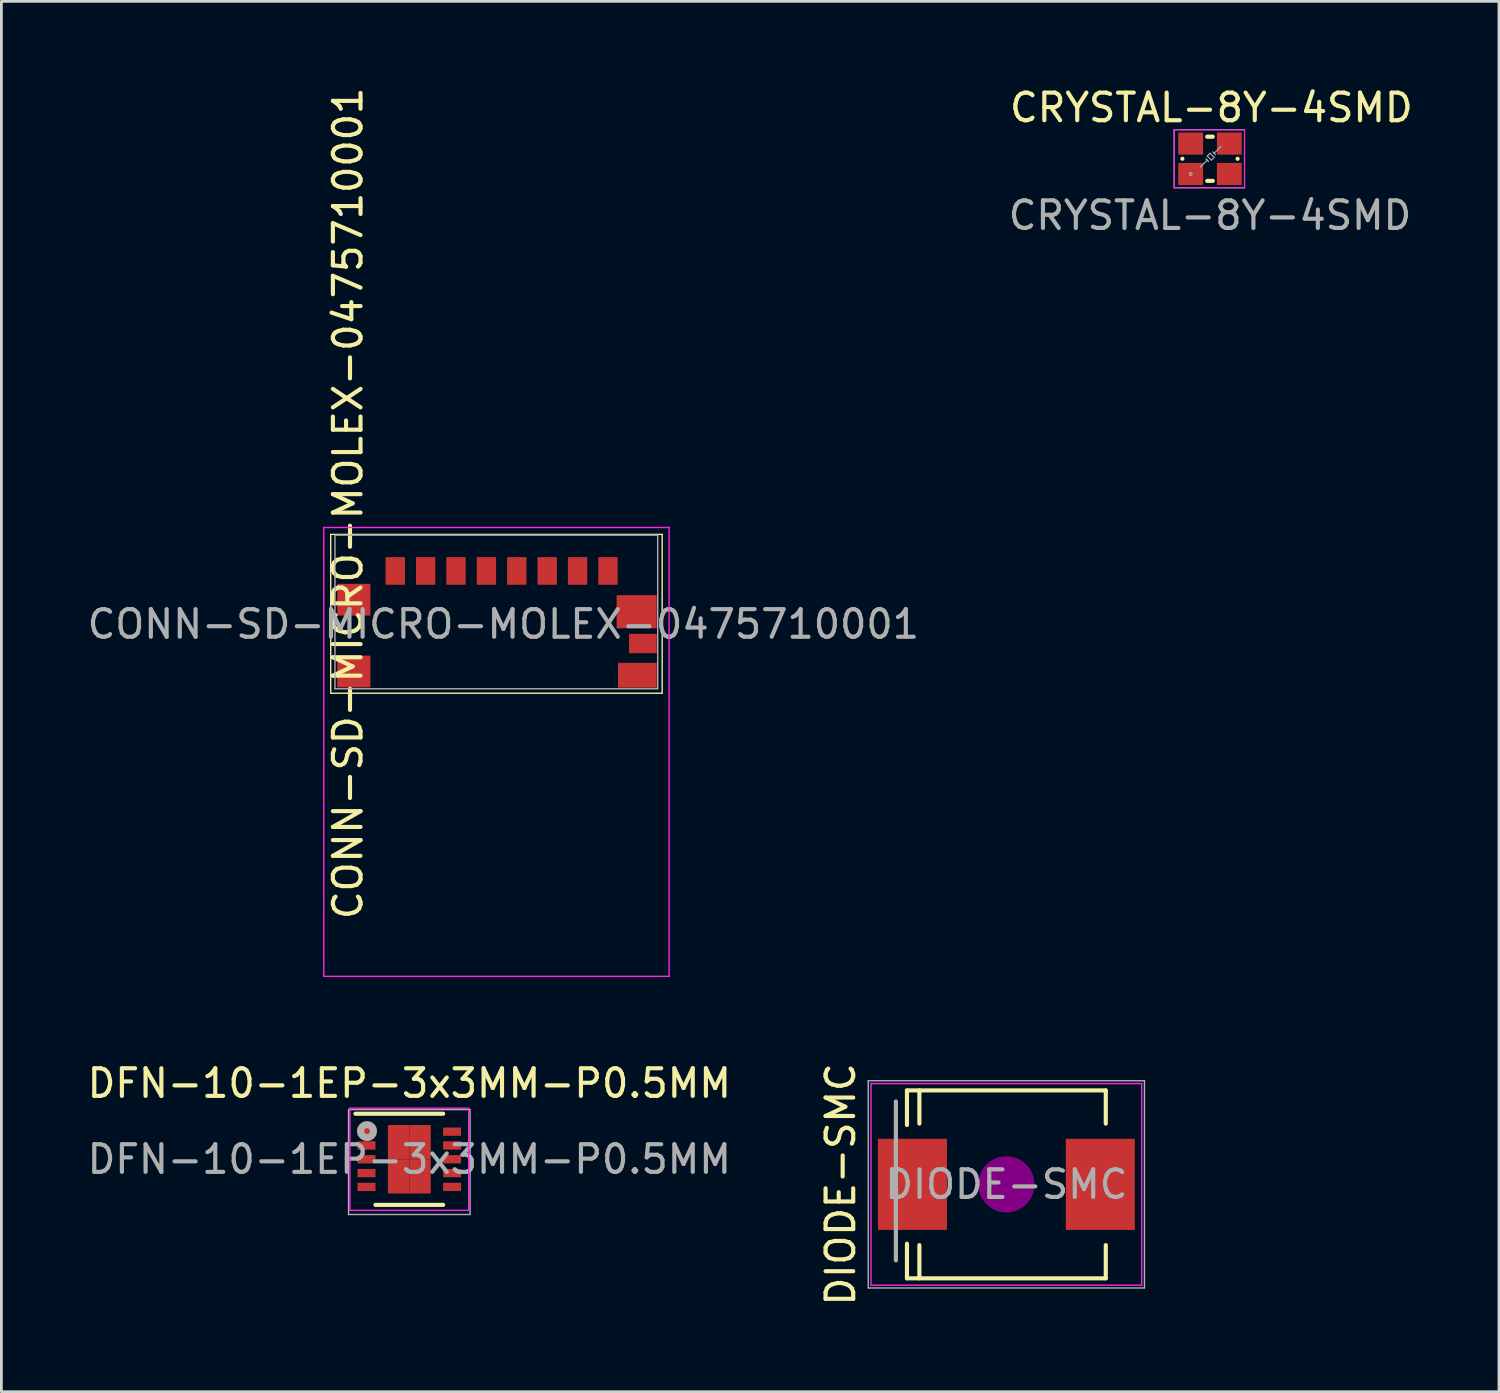
<source format=kicad_pcb>
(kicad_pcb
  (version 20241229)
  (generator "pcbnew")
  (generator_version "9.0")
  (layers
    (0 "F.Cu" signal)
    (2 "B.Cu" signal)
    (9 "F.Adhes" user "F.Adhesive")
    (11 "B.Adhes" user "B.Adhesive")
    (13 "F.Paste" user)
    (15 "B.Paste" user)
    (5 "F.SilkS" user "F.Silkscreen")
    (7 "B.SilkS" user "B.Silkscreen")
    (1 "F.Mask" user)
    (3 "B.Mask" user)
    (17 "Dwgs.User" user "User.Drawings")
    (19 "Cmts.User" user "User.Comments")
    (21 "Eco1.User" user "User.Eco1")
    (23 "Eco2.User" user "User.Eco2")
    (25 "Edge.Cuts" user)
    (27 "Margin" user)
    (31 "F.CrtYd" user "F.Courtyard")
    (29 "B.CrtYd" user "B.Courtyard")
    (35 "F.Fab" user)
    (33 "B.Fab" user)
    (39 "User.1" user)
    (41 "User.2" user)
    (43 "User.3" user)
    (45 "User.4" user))
  (footprint "CRYSTAL-8Y-4SMD"
    (layer "F.Cu")
    (at 40.756 2.698)
    (property "Reference" "CRYSTAL-8Y-4SMD" (at 0 2.05 0) (layer "F.Fab") (effects (font (size 1 1) (thickness 0.15))))
    (attr through_hole)
    (fp_line (start -1 0) (end -1 0) (stroke (width 0.152) (type solid)) (layer "F.SilkS"))
    (fp_line (start -0.1 -0.8) (end 0.1 -0.8) (stroke (width 0.152) (type solid)) (layer "F.SilkS"))
    (fp_line (start 0.1 0.8) (end -0.1 0.8) (stroke (width 0.152) (type solid)) (layer "F.SilkS"))
    (fp_line (start 1 0) (end 1 0) (stroke (width 0.152) (type solid)) (layer "F.SilkS"))
    (fp_line (start -1.3 -1.05) (end -1.3 1.05) (stroke (width 0.041) (type solid)) (layer "F.CrtYd"))
    (fp_line (start -1.3 1.05) (end 1.25 1.05) (stroke (width 0.041) (type solid)) (layer "F.CrtYd"))
    (fp_line (start 1.25 -1.05) (end -1.3 -1.05) (stroke (width 0.041) (type solid)) (layer "F.CrtYd"))
    (fp_line (start 1.25 1.05) (end 1.25 -1.05) (stroke (width 0.041) (type solid)) (layer "F.CrtYd"))
    (fp_line (start -1.3 -1.05) (end -1.3 1.05) (stroke (width 0.041) (type solid)) (layer "F.Fab"))
    (fp_line (start -1.3 1.05) (end 1.25 1.05) (stroke (width 0.041) (type solid)) (layer "F.Fab"))
    (fp_line (start -0.35 0.3) (end -0.1 0.05) (stroke (width 0.041) (type solid)) (layer "F.Fab"))
    (fp_line (start -0.1 -0.1) (end 0.05 0.05) (stroke (width 0.041) (type solid)) (layer "F.Fab"))
    (fp_line (start -0.1 0.05) (end -0.15 0) (stroke (width 0.041) (type solid)) (layer "F.Fab"))
    (fp_line (start -0.1 0.05) (end -0.05 0.1) (stroke (width 0.041) (type solid)) (layer "F.Fab"))
    (fp_line (start 0 -0.2) (end -0.1 -0.1) (stroke (width 0.041) (type solid)) (layer "F.Fab"))
    (fp_line (start 0.05 0.05) (end 0.15 -0.05) (stroke (width 0.041) (type solid)) (layer "F.Fab"))
    (fp_line (start 0.1 -0.25) (end 0.2 -0.15) (stroke (width 0.041) (type solid)) (layer "F.Fab"))
    (fp_line (start 0.15 -0.2) (end 0.4 -0.45) (stroke (width 0.041) (type solid)) (layer "F.Fab"))
    (fp_line (start 0.15 -0.05) (end 0 -0.2) (stroke (width 0.041) (type solid)) (layer "F.Fab"))
    (fp_line (start 1.25 -1.05) (end -1.3 -1.05) (stroke (width 0.041) (type solid)) (layer "F.Fab"))
    (fp_line (start 1.25 1.05) (end 1.25 -1.05) (stroke (width 0.041) (type solid)) (layer "F.Fab"))
    (fp_circle (center -0.7 0.55) (end -0.65 0.55) (stroke (width 0.041) (type solid)) (fill no) (layer "F.Fab"))
    (fp_text user "${REFERENCE}" (at 0.05 -1.85 0) (layer "F.SilkS") (effects (font (size 1 1) (thickness 0.15))))
    (pad "1" smd rect (at -0.7 0.55) (size 0.9 0.8) (layers "F.Cu" "F.Mask" "F.Paste"))
    (pad "2" smd rect (at 0.7 0.55) (size 0.9 0.8) (layers "F.Cu" "F.Mask" "F.Paste"))
    (pad "3" smd rect (at 0.7 -0.55) (size 0.9 0.8) (layers "F.Cu" "F.Mask" "F.Paste"))
    (pad "4" smd rect (at -0.7 -0.55) (size 0.9 0.8) (layers "F.Cu" "F.Mask" "F.Paste")))
  (footprint "DIODE-SMC"
    (layer "F.Cu")
    (at 33.384 39.828)
    (property "Reference" "DIODE-SMC" (at 0 0 0) (layer "F.Fab") (effects (font (size 1 1) (thickness 0.15))))
    (attr smd)
    (fp_line (start -3.599 -3.401) (end -3.599 -2.149) (stroke (width 0.15) (type solid)) (layer "F.SilkS"))
    (fp_line (start -3.599 -3.401) (end 3.599 -3.401) (stroke (width 0.15) (type solid)) (layer "F.SilkS"))
    (fp_line (start -3.599 3.401) (end -3.599 2.149) (stroke (width 0.15) (type solid)) (layer "F.SilkS"))
    (fp_line (start -3.599 3.401) (end 3.599 3.401) (stroke (width 0.15) (type solid)) (layer "F.SilkS"))
    (fp_line (start -3.149 -3.401) (end -3.149 -2.2) (stroke (width 0.15) (type solid)) (layer "F.SilkS"))
    (fp_line (start -3.149 3.401) (end -3.149 2.2) (stroke (width 0.15) (type solid)) (layer "F.SilkS"))
    (fp_line (start 3.599 -3.401) (end 3.599 -2.2) (stroke (width 0.15) (type solid)) (layer "F.SilkS"))
    (fp_line (start 3.599 3.401) (end 3.599 2.2) (stroke (width 0.15) (type solid)) (layer "F.SilkS"))
    (fp_circle (center 0 0) (end 0.15 0.15) (stroke (width 0.381) (type solid)) (fill no) (layer "F.Adhes"))
    (fp_circle (center 0 0) (end 0.45 0.201) (stroke (width 0.381) (type solid)) (fill no) (layer "F.Adhes"))
    (fp_circle (center 0 0) (end 0.749 0.351) (stroke (width 0.381) (type solid)) (fill no) (layer "F.Adhes"))
    (fp_line (start -4.9 -3.65) (end 4.9 -3.65) (stroke (width 0.05) (type solid)) (layer "F.CrtYd"))
    (fp_line (start -4.9 3.65) (end -4.9 -3.65) (stroke (width 0.05) (type solid)) (layer "F.CrtYd"))
    (fp_line (start 4.9 -3.65) (end 4.9 3.65) (stroke (width 0.05) (type solid)) (layer "F.CrtYd"))
    (fp_line (start 4.9 3.65) (end -4.9 3.65) (stroke (width 0.05) (type solid)) (layer "F.CrtYd"))
    (fp_line (start -5 -3.75) (end -5 3.75) (stroke (width 0.051) (type solid)) (layer "F.Fab"))
    (fp_line (start -5 3.75) (end 5 3.75) (stroke (width 0.051) (type solid)) (layer "F.Fab"))
    (fp_line (start -4 -3) (end -4 2.75) (stroke (width 0.152) (type solid)) (layer "F.Fab"))
    (fp_line (start 5 -3.75) (end -5 -3.75) (stroke (width 0.051) (type solid)) (layer "F.Fab"))
    (fp_line (start 5 3.75) (end 5 -3.75) (stroke (width 0.051) (type solid)) (layer "F.Fab"))
    (fp_text user "${REFERENCE}" (at -6 0 90) (layer "F.SilkS") (effects (font (size 1 1) (thickness 0.15))))
    (pad "1" smd rect (at -3.401 0 90) (size 3.299 2.499) (layers "F.Cu" "F.Mask" "F.Paste"))
    (pad "2" smd rect (at 3.401 0 90) (size 3.299 2.499) (layers "F.Cu" "F.Mask" "F.Paste")))
  (footprint "DFN-10-1EP-3x3MM-P0.5MM"
    (layer "F.Cu")
    (at 11.768 38.92)
    (property "Reference" "DFN-10-1EP-3x3MM-P0.5MM" (at 0 0 0) (layer "F.Fab") (effects (font (size 1 1) (thickness 0.15))))
    (attr smd)
    (fp_line (start -1.95 -1.65) (end 1.225 -1.65) (stroke (width 0.15) (type solid)) (layer "F.SilkS"))
    (fp_line (start -1.225 1.65) (end 1.225 1.65) (stroke (width 0.15) (type solid)) (layer "F.SilkS"))
    (fp_line (start -2.15 -1.85) (end -2.15 1.85) (stroke (width 0.05) (type solid)) (layer "F.CrtYd"))
    (fp_line (start -2.15 -1.85) (end 2.15 -1.85) (stroke (width 0.05) (type solid)) (layer "F.CrtYd"))
    (fp_line (start -2.15 1.85) (end 2.15 1.85) (stroke (width 0.05) (type solid)) (layer "F.CrtYd"))
    (fp_line (start 2.15 -1.85) (end 2.15 1.85) (stroke (width 0.05) (type solid)) (layer "F.CrtYd"))
    (fp_line (start -2.2 -1.8) (end 2.2 -1.8) (stroke (width 0.051) (type solid)) (layer "F.Fab"))
    (fp_line (start -2.2 2) (end -2.2 -1.8) (stroke (width 0.051) (type solid)) (layer "F.Fab"))
    (fp_line (start 2.2 -1.8) (end 2.2 2) (stroke (width 0.051) (type solid)) (layer "F.Fab"))
    (fp_line (start 2.2 2) (end -2.2 2) (stroke (width 0.051) (type solid)) (layer "F.Fab"))
    (fp_circle (center -1.53 -1.02) (end -1.49 -0.92) (stroke (width 0.254) (type solid)) (fill no) (layer "F.Fab"))
    (fp_text user "${REFERENCE}" (at 0 -2.75 0) (layer "F.SilkS") (effects (font (size 1 1) (thickness 0.15))))
    (pad "1" smd rect (at -1.55 -1) (size 0.65 0.3) (layers "F.Cu" "F.Mask" "F.Paste"))
    (pad "2" smd rect (at -1.55 -0.5) (size 0.65 0.3) (layers "F.Cu" "F.Mask" "F.Paste"))
    (pad "3" smd rect (at -1.55 0) (size 0.65 0.3) (layers "F.Cu" "F.Mask" "F.Paste"))
    (pad "4" smd rect (at -1.55 0.5) (size 0.65 0.3) (layers "F.Cu" "F.Mask" "F.Paste"))
    (pad "5" smd rect (at -1.55 1) (size 0.65 0.3) (layers "F.Cu" "F.Mask" "F.Paste"))
    (pad "6" smd rect (at 1.55 1) (size 0.65 0.3) (layers "F.Cu" "F.Mask" "F.Paste"))
    (pad "7" smd rect (at 1.55 0.5) (size 0.65 0.3) (layers "F.Cu" "F.Mask" "F.Paste"))
    (pad "8" smd rect (at 1.55 0) (size 0.65 0.3) (layers "F.Cu" "F.Mask" "F.Paste"))
    (pad "9" smd rect (at 1.55 -0.5) (size 0.65 0.3) (layers "F.Cu" "F.Mask" "F.Paste"))
    (pad "10" smd rect (at 1.55 -1) (size 0.65 0.3) (layers "F.Cu" "F.Mask" "F.Paste"))
    (pad "11" smd rect (at -0.388 -0.62) (size 0.775 1.24) (layers "F.Cu" "F.Mask" "F.Paste"))
    (pad "11" smd rect (at -0.388 0.62) (size 0.775 1.24) (layers "F.Cu" "F.Mask" "F.Paste"))
    (pad "11" smd rect (at 0.388 -0.62) (size 0.775 1.24) (layers "F.Cu" "F.Mask" "F.Paste"))
    (pad "11" smd rect (at 0.388 0.62) (size 0.775 1.24) (layers "F.Cu" "F.Mask" "F.Paste")))
  (footprint "CONN-SD-MICRO-MOLEX-0475710001"
    (layer "F.Cu")
    (at 15.173 16.297)
    (property "Reference" "CONN-SD-MICRO-MOLEX-0475710001" (at 0 3.25 0) (layer "F.Fab") (effects (font (size 1 1) (thickness 0.15))))
    (attr through_hole)
    (fp_line (start -6.25 0) (end 5.75 0) (stroke (width 0.05) (type solid)) (layer "F.SilkS"))
    (fp_line (start -6.25 5.75) (end -6.25 0) (stroke (width 0.05) (type solid)) (layer "F.SilkS"))
    (fp_line (start 5.75 0) (end 5.75 5.75) (stroke (width 0.05) (type solid)) (layer "F.SilkS"))
    (fp_line (start 5.75 5.75) (end -6.25 5.75) (stroke (width 0.05) (type solid)) (layer "F.SilkS"))
    (fp_line (start -6.5 -0.25) (end -6.5 16) (stroke (width 0.05) (type solid)) (layer "F.CrtYd"))
    (fp_line (start -6.5 -0.25) (end 6 -0.25) (stroke (width 0.05) (type solid)) (layer "F.CrtYd"))
    (fp_line (start -6.5 16) (end 6 16) (stroke (width 0.05) (type solid)) (layer "F.CrtYd"))
    (fp_line (start 6 -0.25) (end 6 16) (stroke (width 0.05) (type solid)) (layer "F.CrtYd"))
    (fp_line (start -6.096 0.025) (end -6.096 5.588) (stroke (width 0.05) (type solid)) (layer "F.Fab"))
    (fp_line (start -6.096 0.025) (end 5.588 0.025) (stroke (width 0.05) (type solid)) (layer "F.Fab"))
    (fp_line (start -6.096 5.588) (end 5.588 5.588) (stroke (width 0.05) (type solid)) (layer "F.Fab"))
    (fp_line (start 5.588 0.025) (end 5.588 5.588) (stroke (width 0.05) (type solid)) (layer "F.Fab"))
    (fp_text user "${REFERENCE}" (at -5.626 -1.124 270) (layer "F.SilkS") (effects (font (size 1 1) (thickness 0.15))))
    (pad "1" smd rect (at 3.787 1.323) (size 0.7 1) (layers "F.Cu" "F.Mask" "F.Paste"))
    (pad "2" smd rect (at 2.687 1.323) (size 0.7 1) (layers "F.Cu" "F.Mask" "F.Paste"))
    (pad "3" smd rect (at 1.587 1.323) (size 0.7 1) (layers "F.Cu" "F.Mask" "F.Paste"))
    (pad "4" smd rect (at 0.486 1.323) (size 0.7 1) (layers "F.Cu" "F.Mask" "F.Paste"))
    (pad "5" smd rect (at -0.614 1.323) (size 0.7 1) (layers "F.Cu" "F.Mask" "F.Paste"))
    (pad "6" smd rect (at -1.714 1.323) (size 0.7 1) (layers "F.Cu" "F.Mask" "F.Paste"))
    (pad "7" smd rect (at -2.813 1.323) (size 0.7 1) (layers "F.Cu" "F.Mask" "F.Paste"))
    (pad "8" smd rect (at -3.913 1.323) (size 0.7 1) (layers "F.Cu" "F.Mask" "F.Paste"))
    (pad "G1" smd rect (at -5.413 2.364) (size 1.2 1.15) (layers "F.Cu" "F.Mask" "F.Paste"))
    (pad "G2" smd rect (at -5.413 4.963) (size 1.2 1.15) (layers "F.Cu" "F.Mask" "F.Paste"))
    (pad "G3" smd rect (at 4.826 2.8) (size 1.45 1.2) (layers "F.Cu" "F.Mask" "F.Paste"))
    (pad "G4" smd rect (at 5.051 3.95) (size 1 0.7) (layers "F.Cu" "F.Mask" "F.Paste"))
    (pad "G5" smd rect (at 4.851 5.1) (size 1.4 0.9) (layers "F.Cu" "F.Mask" "F.Paste")))
  (gr_rect
    (start -3 -3)
    (end 51.217 47.334)
    (stroke (width 0.1) (type default))
    (fill no)
    (layer "Edge.Cuts")))
</source>
